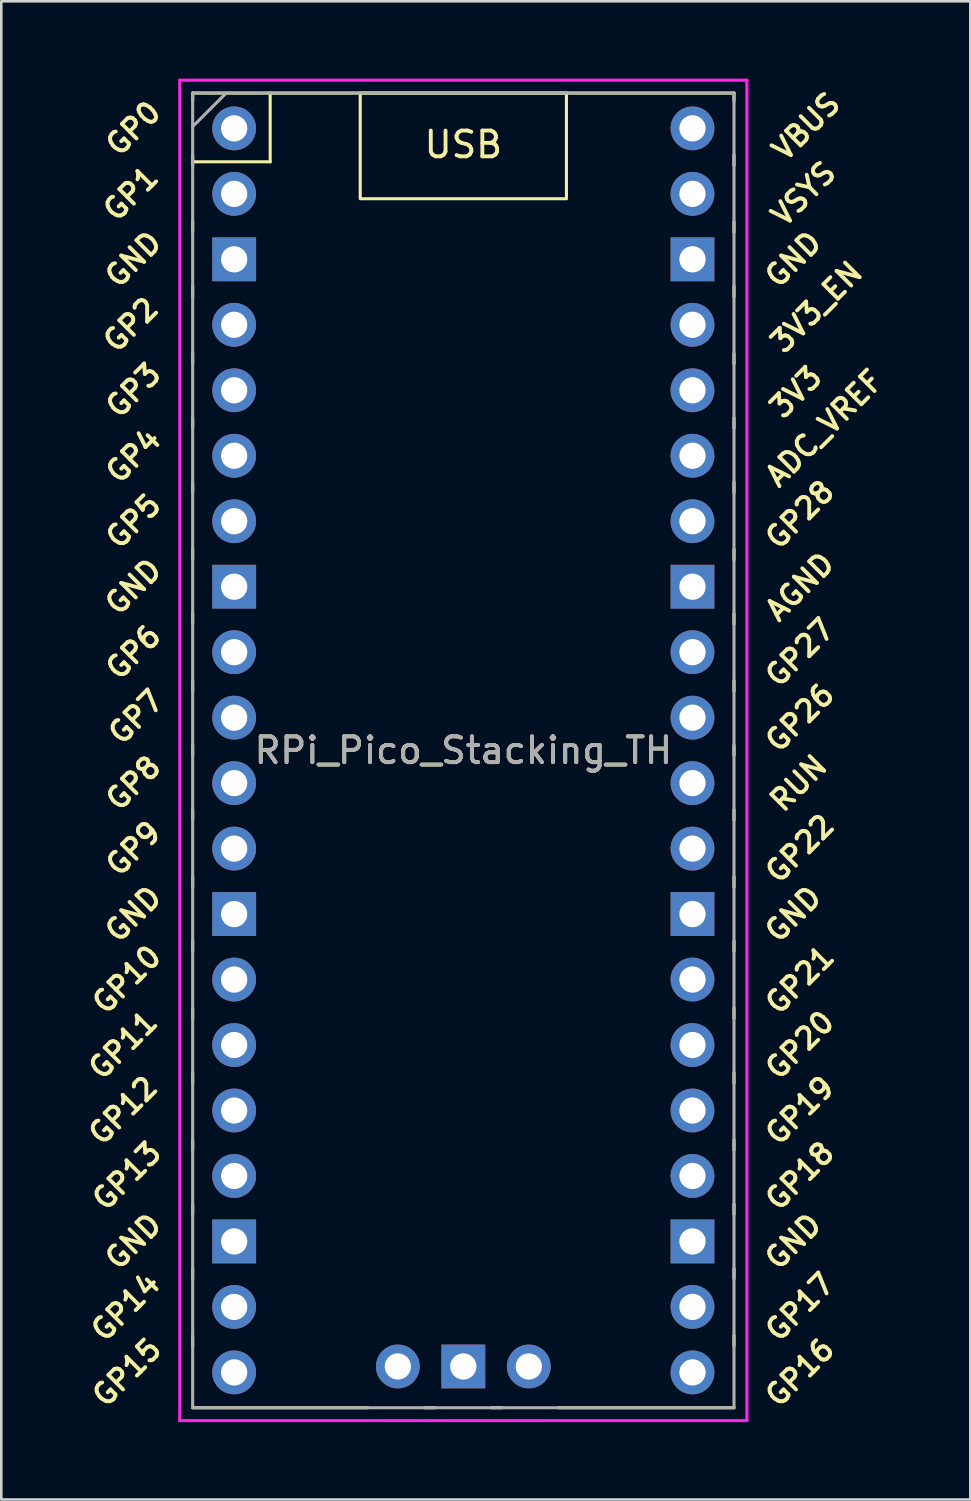
<source format=kicad_pcb>
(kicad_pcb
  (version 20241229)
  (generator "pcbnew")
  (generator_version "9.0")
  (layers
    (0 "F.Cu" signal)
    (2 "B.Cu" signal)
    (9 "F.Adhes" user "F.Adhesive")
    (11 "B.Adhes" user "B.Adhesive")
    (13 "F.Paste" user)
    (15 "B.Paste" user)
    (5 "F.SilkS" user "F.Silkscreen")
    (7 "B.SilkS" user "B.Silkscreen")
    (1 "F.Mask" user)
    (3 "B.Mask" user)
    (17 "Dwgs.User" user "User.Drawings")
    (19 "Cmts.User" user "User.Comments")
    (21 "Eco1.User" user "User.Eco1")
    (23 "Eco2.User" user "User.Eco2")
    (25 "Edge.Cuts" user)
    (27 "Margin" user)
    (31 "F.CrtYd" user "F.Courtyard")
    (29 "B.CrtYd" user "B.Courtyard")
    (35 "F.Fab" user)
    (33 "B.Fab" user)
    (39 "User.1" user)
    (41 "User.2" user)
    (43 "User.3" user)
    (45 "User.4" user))
  (footprint "RPi_Pico_Stacking_TH"
    (layer "F.Cu")
    (at 14.924 26.06)
    (property "Reference" "RPi_Pico_Stacking_TH" (at 0 0 0) (layer "F.SilkS") (effects (font (size 1 1) (thickness 0.15))))
    (attr through_hole)
    (fp_line (start -10.5 -25.5) (end -10.5 -25.2) (stroke (width 0.12) (type solid)) (layer "F.SilkS"))
    (fp_line (start -10.5 -25.5) (end 10.5 -25.5) (stroke (width 0.12) (type solid)) (layer "F.SilkS"))
    (fp_line (start -10.5 -23.1) (end -10.5 -22.7) (stroke (width 0.12) (type solid)) (layer "F.SilkS"))
    (fp_line (start -10.5 -22.833) (end -7.493 -22.833) (stroke (width 0.12) (type solid)) (layer "F.SilkS"))
    (fp_line (start -10.5 -20.5) (end -10.5 -20.1) (stroke (width 0.12) (type solid)) (layer "F.SilkS"))
    (fp_line (start -10.5 -18) (end -10.5 -17.6) (stroke (width 0.12) (type solid)) (layer "F.SilkS"))
    (fp_line (start -10.5 -15.4) (end -10.5 -15) (stroke (width 0.12) (type solid)) (layer "F.SilkS"))
    (fp_line (start -10.5 -12.9) (end -10.5 -12.5) (stroke (width 0.12) (type solid)) (layer "F.SilkS"))
    (fp_line (start -10.5 -10.4) (end -10.5 -10) (stroke (width 0.12) (type solid)) (layer "F.SilkS"))
    (fp_line (start -10.5 -7.8) (end -10.5 -7.4) (stroke (width 0.12) (type solid)) (layer "F.SilkS"))
    (fp_line (start -10.5 -5.3) (end -10.5 -4.9) (stroke (width 0.12) (type solid)) (layer "F.SilkS"))
    (fp_line (start -10.5 -2.7) (end -10.5 -2.3) (stroke (width 0.12) (type solid)) (layer "F.SilkS"))
    (fp_line (start -10.5 -0.2) (end -10.5 0.2) (stroke (width 0.12) (type solid)) (layer "F.SilkS"))
    (fp_line (start -10.5 2.3) (end -10.5 2.7) (stroke (width 0.12) (type solid)) (layer "F.SilkS"))
    (fp_line (start -10.5 4.9) (end -10.5 5.3) (stroke (width 0.12) (type solid)) (layer "F.SilkS"))
    (fp_line (start -10.5 7.4) (end -10.5 7.8) (stroke (width 0.12) (type solid)) (layer "F.SilkS"))
    (fp_line (start -10.5 10) (end -10.5 10.4) (stroke (width 0.12) (type solid)) (layer "F.SilkS"))
    (fp_line (start -10.5 12.5) (end -10.5 12.9) (stroke (width 0.12) (type solid)) (layer "F.SilkS"))
    (fp_line (start -10.5 15.1) (end -10.5 15.5) (stroke (width 0.12) (type solid)) (layer "F.SilkS"))
    (fp_line (start -10.5 17.6) (end -10.5 18) (stroke (width 0.12) (type solid)) (layer "F.SilkS"))
    (fp_line (start -10.5 20.1) (end -10.5 20.5) (stroke (width 0.12) (type solid)) (layer "F.SilkS"))
    (fp_line (start -10.5 22.7) (end -10.5 23.1) (stroke (width 0.12) (type solid)) (layer "F.SilkS"))
    (fp_line (start -7.493 -22.833) (end -7.493 -25.5) (stroke (width 0.12) (type solid)) (layer "F.SilkS"))
    (fp_line (start -3.7 25.5) (end -10.5 25.5) (stroke (width 0.12) (type solid)) (layer "F.SilkS"))
    (fp_line (start -1.5 25.5) (end -1.1 25.5) (stroke (width 0.12) (type solid)) (layer "F.SilkS"))
    (fp_line (start 1.1 25.5) (end 1.5 25.5) (stroke (width 0.12) (type solid)) (layer "F.SilkS"))
    (fp_line (start 10.5 -25.5) (end 10.5 -25.2) (stroke (width 0.12) (type solid)) (layer "F.SilkS"))
    (fp_line (start 10.5 -23.1) (end 10.5 -22.7) (stroke (width 0.12) (type solid)) (layer "F.SilkS"))
    (fp_line (start 10.5 -20.5) (end 10.5 -20.1) (stroke (width 0.12) (type solid)) (layer "F.SilkS"))
    (fp_line (start 10.5 -18) (end 10.5 -17.6) (stroke (width 0.12) (type solid)) (layer "F.SilkS"))
    (fp_line (start 10.5 -15.4) (end 10.5 -15) (stroke (width 0.12) (type solid)) (layer "F.SilkS"))
    (fp_line (start 10.5 -12.9) (end 10.5 -12.5) (stroke (width 0.12) (type solid)) (layer "F.SilkS"))
    (fp_line (start 10.5 -10.4) (end 10.5 -10) (stroke (width 0.12) (type solid)) (layer "F.SilkS"))
    (fp_line (start 10.5 -7.8) (end 10.5 -7.4) (stroke (width 0.12) (type solid)) (layer "F.SilkS"))
    (fp_line (start 10.5 -5.3) (end 10.5 -4.9) (stroke (width 0.12) (type solid)) (layer "F.SilkS"))
    (fp_line (start 10.5 -2.7) (end 10.5 -2.3) (stroke (width 0.12) (type solid)) (layer "F.SilkS"))
    (fp_line (start 10.5 -0.2) (end 10.5 0.2) (stroke (width 0.12) (type solid)) (layer "F.SilkS"))
    (fp_line (start 10.5 2.3) (end 10.5 2.7) (stroke (width 0.12) (type solid)) (layer "F.SilkS"))
    (fp_line (start 10.5 4.9) (end 10.5 5.3) (stroke (width 0.12) (type solid)) (layer "F.SilkS"))
    (fp_line (start 10.5 7.4) (end 10.5 7.8) (stroke (width 0.12) (type solid)) (layer "F.SilkS"))
    (fp_line (start 10.5 10) (end 10.5 10.4) (stroke (width 0.12) (type solid)) (layer "F.SilkS"))
    (fp_line (start 10.5 12.5) (end 10.5 12.9) (stroke (width 0.12) (type solid)) (layer "F.SilkS"))
    (fp_line (start 10.5 15.1) (end 10.5 15.5) (stroke (width 0.12) (type solid)) (layer "F.SilkS"))
    (fp_line (start 10.5 17.6) (end 10.5 18) (stroke (width 0.12) (type solid)) (layer "F.SilkS"))
    (fp_line (start 10.5 20.1) (end 10.5 20.5) (stroke (width 0.12) (type solid)) (layer "F.SilkS"))
    (fp_line (start 10.5 22.7) (end 10.5 23.1) (stroke (width 0.12) (type solid)) (layer "F.SilkS"))
    (fp_line (start 10.5 25.5) (end 3.7 25.5) (stroke (width 0.12) (type solid)) (layer "F.SilkS"))
    (fp_rect (start -4 -25.5) (end 4 -21.4) (stroke (width 0.12) (type solid)) (fill no) (layer "F.SilkS"))
    (fp_line (start -11 -26) (end 11 -26) (stroke (width 0.12) (type solid)) (layer "F.CrtYd"))
    (fp_line (start -11 26) (end -11 -26) (stroke (width 0.12) (type solid)) (layer "F.CrtYd"))
    (fp_line (start 11 -26) (end 11 26) (stroke (width 0.12) (type solid)) (layer "F.CrtYd"))
    (fp_line (start 11 26) (end -11 26) (stroke (width 0.12) (type solid)) (layer "F.CrtYd"))
    (fp_line (start -10.5 -25.5) (end 10.5 -25.5) (stroke (width 0.12) (type solid)) (layer "F.Fab"))
    (fp_line (start -10.5 -24.2) (end -9.2 -25.5) (stroke (width 0.12) (type solid)) (layer "F.Fab"))
    (fp_line (start -10.5 25.5) (end -10.5 -25.5) (stroke (width 0.12) (type solid)) (layer "F.Fab"))
    (fp_line (start 10.5 -25.5) (end 10.5 25.5) (stroke (width 0.12) (type solid)) (layer "F.Fab"))
    (fp_line (start 10.5 25.5) (end -10.5 25.5) (stroke (width 0.12) (type solid)) (layer "F.Fab"))
    (fp_text user "GP7" (at -12.7 -1.3 45) (layer "F.SilkS") (effects (font (size 0.8 0.8) (thickness 0.15))))
    (fp_text user "GP13" (at -13.054 16.51 45) (layer "F.SilkS") (effects (font (size 0.8 0.8) (thickness 0.15))))
    (fp_text user "GP6" (at -12.8 -3.81 45) (layer "F.SilkS") (effects (font (size 0.8 0.8) (thickness 0.15))))
    (fp_text user "VSYS" (at 13.2 -21.59 45) (layer "F.SilkS") (effects (font (size 0.8 0.8) (thickness 0.15))))
    (fp_text user "GP15" (at -13.054 24.13 45) (layer "F.SilkS") (effects (font (size 0.8 0.8) (thickness 0.15))))
    (fp_text user "3V3" (at 12.9 -13.9 45) (layer "F.SilkS") (effects (font (size 0.8 0.8) (thickness 0.15))))
    (fp_text user "GP3" (at -12.8 -13.97 45) (layer "F.SilkS") (effects (font (size 0.8 0.8) (thickness 0.15))))
    (fp_text user "GND" (at -12.8 -6.35 45) (layer "F.SilkS") (effects (font (size 0.8 0.8) (thickness 0.15))))
    (fp_text user "GP20" (at 13.054 11.43 45) (layer "F.SilkS") (effects (font (size 0.8 0.8) (thickness 0.15))))
    (fp_text user "GP26" (at 13.054 -1.27 45) (layer "F.SilkS") (effects (font (size 0.8 0.8) (thickness 0.15))))
    (fp_text user "GP14" (at -13.1 21.59 45) (layer "F.SilkS") (effects (font (size 0.8 0.8) (thickness 0.15))))
    (fp_text user "GP1" (at -12.9 -21.6 45) (layer "F.SilkS") (effects (font (size 0.8 0.8) (thickness 0.15))))
    (fp_text user "GP12" (at -13.2 13.97 45) (layer "F.SilkS") (effects (font (size 0.8 0.8) (thickness 0.15))))
    (fp_text user "GND" (at 12.8 -19.05 45) (layer "F.SilkS") (effects (font (size 0.8 0.8) (thickness 0.15))))
    (fp_text user "GP17" (at 13.054 21.59 45) (layer "F.SilkS") (effects (font (size 0.8 0.8) (thickness 0.15))))
    (fp_text user "GND" (at 12.8 19.05 45) (layer "F.SilkS") (effects (font (size 0.8 0.8) (thickness 0.15))))
    (fp_text user "GP4" (at -12.8 -11.43 45) (layer "F.SilkS") (effects (font (size 0.8 0.8) (thickness 0.15))))
    (fp_text user "GND" (at -12.8 19.05 45) (layer "F.SilkS") (effects (font (size 0.8 0.8) (thickness 0.15))))
    (fp_text user "3V3_EN" (at 13.7 -17.2 45) (layer "F.SilkS") (effects (font (size 0.8 0.8) (thickness 0.15))))
    (fp_text user "GP2" (at -12.9 -16.51 45) (layer "F.SilkS") (effects (font (size 0.8 0.8) (thickness 0.15))))
    (fp_text user "GND" (at -12.8 -19.05 45) (layer "F.SilkS") (effects (font (size 0.8 0.8) (thickness 0.15))))
    (fp_text user "GP27" (at 13.054 -3.8 45) (layer "F.SilkS") (effects (font (size 0.8 0.8) (thickness 0.15))))
    (fp_text user "GP11" (at -13.2 11.43 45) (layer "F.SilkS") (effects (font (size 0.8 0.8) (thickness 0.15))))
    (fp_text user "GP9" (at -12.8 3.81 45) (layer "F.SilkS") (effects (font (size 0.8 0.8) (thickness 0.15))))
    (fp_text user "GP8" (at -12.8 1.27 45) (layer "F.SilkS") (effects (font (size 0.8 0.8) (thickness 0.15))))
    (fp_text user "GP5" (at -12.8 -8.89 45) (layer "F.SilkS") (effects (font (size 0.8 0.8) (thickness 0.15))))
    (fp_text user "VBUS" (at 13.3 -24.2 45) (layer "F.SilkS") (effects (font (size 0.8 0.8) (thickness 0.15))))
    (fp_text user "ADC_VREF" (at 14 -12.5 45) (layer "F.SilkS") (effects (font (size 0.8 0.8) (thickness 0.15))))
    (fp_text user "GP0" (at -12.8 -24.13 45) (layer "F.SilkS") (effects (font (size 0.8 0.8) (thickness 0.15))))
    (fp_text user "GND" (at -12.8 6.35 45) (layer "F.SilkS") (effects (font (size 0.8 0.8) (thickness 0.15))))
    (fp_text user "GP28" (at 13.054 -9.144 45) (layer "F.SilkS") (effects (font (size 0.8 0.8) (thickness 0.15))))
    (fp_text user "GP16" (at 13.054 24.13 45) (layer "F.SilkS") (effects (font (size 0.8 0.8) (thickness 0.15))))
    (fp_text user "AGND" (at 13.054 -6.35 45) (layer "F.SilkS") (effects (font (size 0.8 0.8) (thickness 0.15))))
    (fp_text user "RUN" (at 13 1.27 45) (layer "F.SilkS") (effects (font (size 0.8 0.8) (thickness 0.15))))
    (fp_text user "GND" (at 12.8 6.35 45) (layer "F.SilkS") (effects (font (size 0.8 0.8) (thickness 0.15))))
    (fp_text user "GP18" (at 13.054 16.51 45) (layer "F.SilkS") (effects (font (size 0.8 0.8) (thickness 0.15))))
    (fp_text user "GP19" (at 13.054 13.97 45) (layer "F.SilkS") (effects (font (size 0.8 0.8) (thickness 0.15))))
    (fp_text user "GP10" (at -13.054 8.89 45) (layer "F.SilkS") (effects (font (size 0.8 0.8) (thickness 0.15))))
    (fp_text user "GP21" (at 13.054 8.9 45) (layer "F.SilkS") (effects (font (size 0.8 0.8) (thickness 0.15))))
    (fp_text user "USB" (at 0 -23.5 0) (unlocked yes) (layer "F.SilkS") (effects (font (size 1 1) (thickness 0.15))))
    (fp_text user "GP22" (at 13.054 3.81 45) (layer "F.SilkS") (effects (font (size 0.8 0.8) (thickness 0.15))))
    (fp_text user "${REFERENCE}" (at 0 0 180) (layer "F.Fab") (effects (font (size 1 1) (thickness 0.15))))
    (pad "1" thru_hole oval (at -8.89 -24.13) (size 1.7 1.7) (drill 1.02) (layers "*.Cu" "*.Mask"))
    (pad "2" thru_hole oval (at -8.89 -21.59) (size 1.7 1.7) (drill 1.02) (layers "*.Cu" "*.Mask"))
    (pad "3" thru_hole rect (at -8.89 -19.05) (size 1.7 1.7) (drill 1.02) (layers "*.Cu" "*.Mask"))
    (pad "4" thru_hole oval (at -8.89 -16.51) (size 1.7 1.7) (drill 1.02) (layers "*.Cu" "*.Mask"))
    (pad "5" thru_hole oval (at -8.89 -13.97) (size 1.7 1.7) (drill 1.02) (layers "*.Cu" "*.Mask"))
    (pad "6" thru_hole oval (at -8.89 -11.43) (size 1.7 1.7) (drill 1.02) (layers "*.Cu" "*.Mask"))
    (pad "7" thru_hole oval (at -8.89 -8.89) (size 1.7 1.7) (drill 1.02) (layers "*.Cu" "*.Mask"))
    (pad "8" thru_hole rect (at -8.89 -6.35) (size 1.7 1.7) (drill 1.02) (layers "*.Cu" "*.Mask"))
    (pad "9" thru_hole oval (at -8.89 -3.81) (size 1.7 1.7) (drill 1.02) (layers "*.Cu" "*.Mask"))
    (pad "10" thru_hole oval (at -8.89 -1.27) (size 1.7 1.7) (drill 1.02) (layers "*.Cu" "*.Mask"))
    (pad "11" thru_hole oval (at -8.89 1.27) (size 1.7 1.7) (drill 1.02) (layers "*.Cu" "*.Mask"))
    (pad "12" thru_hole oval (at -8.89 3.81) (size 1.7 1.7) (drill 1.02) (layers "*.Cu" "*.Mask"))
    (pad "13" thru_hole rect (at -8.89 6.35) (size 1.7 1.7) (drill 1.02) (layers "*.Cu" "*.Mask"))
    (pad "14" thru_hole oval (at -8.89 8.89) (size 1.7 1.7) (drill 1.02) (layers "*.Cu" "*.Mask"))
    (pad "15" thru_hole oval (at -8.89 11.43) (size 1.7 1.7) (drill 1.02) (layers "*.Cu" "*.Mask"))
    (pad "16" thru_hole oval (at -8.89 13.97) (size 1.7 1.7) (drill 1.02) (layers "*.Cu" "*.Mask"))
    (pad "17" thru_hole oval (at -8.89 16.51) (size 1.7 1.7) (drill 1.02) (layers "*.Cu" "*.Mask"))
    (pad "18" thru_hole rect (at -8.89 19.05) (size 1.7 1.7) (drill 1.02) (layers "*.Cu" "*.Mask"))
    (pad "19" thru_hole oval (at -8.89 21.59) (size 1.7 1.7) (drill 1.02) (layers "*.Cu" "*.Mask"))
    (pad "20" thru_hole oval (at -8.89 24.13) (size 1.7 1.7) (drill 1.02) (layers "*.Cu" "*.Mask"))
    (pad "21" thru_hole oval (at 8.89 24.13) (size 1.7 1.7) (drill 1.02) (layers "*.Cu" "*.Mask"))
    (pad "22" thru_hole oval (at 8.89 21.59) (size 1.7 1.7) (drill 1.02) (layers "*.Cu" "*.Mask"))
    (pad "23" thru_hole rect (at 8.89 19.05) (size 1.7 1.7) (drill 1.02) (layers "*.Cu" "*.Mask"))
    (pad "24" thru_hole oval (at 8.89 16.51) (size 1.7 1.7) (drill 1.02) (layers "*.Cu" "*.Mask"))
    (pad "25" thru_hole oval (at 8.89 13.97) (size 1.7 1.7) (drill 1.02) (layers "*.Cu" "*.Mask"))
    (pad "26" thru_hole oval (at 8.89 11.43) (size 1.7 1.7) (drill 1.02) (layers "*.Cu" "*.Mask"))
    (pad "27" thru_hole oval (at 8.89 8.89) (size 1.7 1.7) (drill 1.02) (layers "*.Cu" "*.Mask"))
    (pad "28" thru_hole rect (at 8.89 6.35) (size 1.7 1.7) (drill 1.02) (layers "*.Cu" "*.Mask"))
    (pad "29" thru_hole oval (at 8.89 3.81) (size 1.7 1.7) (drill 1.02) (layers "*.Cu" "*.Mask"))
    (pad "30" thru_hole oval (at 8.89 1.27) (size 1.7 1.7) (drill 1.02) (layers "*.Cu" "*.Mask"))
    (pad "31" thru_hole oval (at 8.89 -1.27) (size 1.7 1.7) (drill 1.02) (layers "*.Cu" "*.Mask"))
    (pad "32" thru_hole oval (at 8.89 -3.81) (size 1.7 1.7) (drill 1.02) (layers "*.Cu" "*.Mask"))
    (pad "33" thru_hole rect (at 8.89 -6.35) (size 1.7 1.7) (drill 1.02) (layers "*.Cu" "*.Mask"))
    (pad "34" thru_hole oval (at 8.89 -8.89) (size 1.7 1.7) (drill 1.02) (layers "*.Cu" "*.Mask"))
    (pad "35" thru_hole oval (at 8.89 -11.43) (size 1.7 1.7) (drill 1.02) (layers "*.Cu" "*.Mask"))
    (pad "36" thru_hole oval (at 8.89 -13.97) (size 1.7 1.7) (drill 1.02) (layers "*.Cu" "*.Mask"))
    (pad "37" thru_hole oval (at 8.89 -16.51) (size 1.7 1.7) (drill 1.02) (layers "*.Cu" "*.Mask"))
    (pad "38" thru_hole rect (at 8.89 -19.05) (size 1.7 1.7) (drill 1.02) (layers "*.Cu" "*.Mask"))
    (pad "39" thru_hole oval (at 8.89 -21.59) (size 1.7 1.7) (drill 1.02) (layers "*.Cu" "*.Mask"))
    (pad "40" thru_hole oval (at 8.89 -24.13) (size 1.7 1.7) (drill 1.02) (layers "*.Cu" "*.Mask"))
    (pad "41" thru_hole oval (at -2.54 23.9) (size 1.7 1.7) (drill 1.02) (layers "*.Cu" "*.Mask"))
    (pad "42" thru_hole rect (at 0 23.9) (size 1.7 1.7) (drill 1.02) (layers "*.Cu" "*.Mask"))
    (pad "43" thru_hole oval (at 2.54 23.9) (size 1.7 1.7) (drill 1.02) (layers "*.Cu" "*.Mask")))
  (gr_rect
    (start -3 -3)
    (end 34.591 55.12)
    (stroke (width 0.1) (type default))
    (fill no)
    (layer "Edge.Cuts")))
</source>
